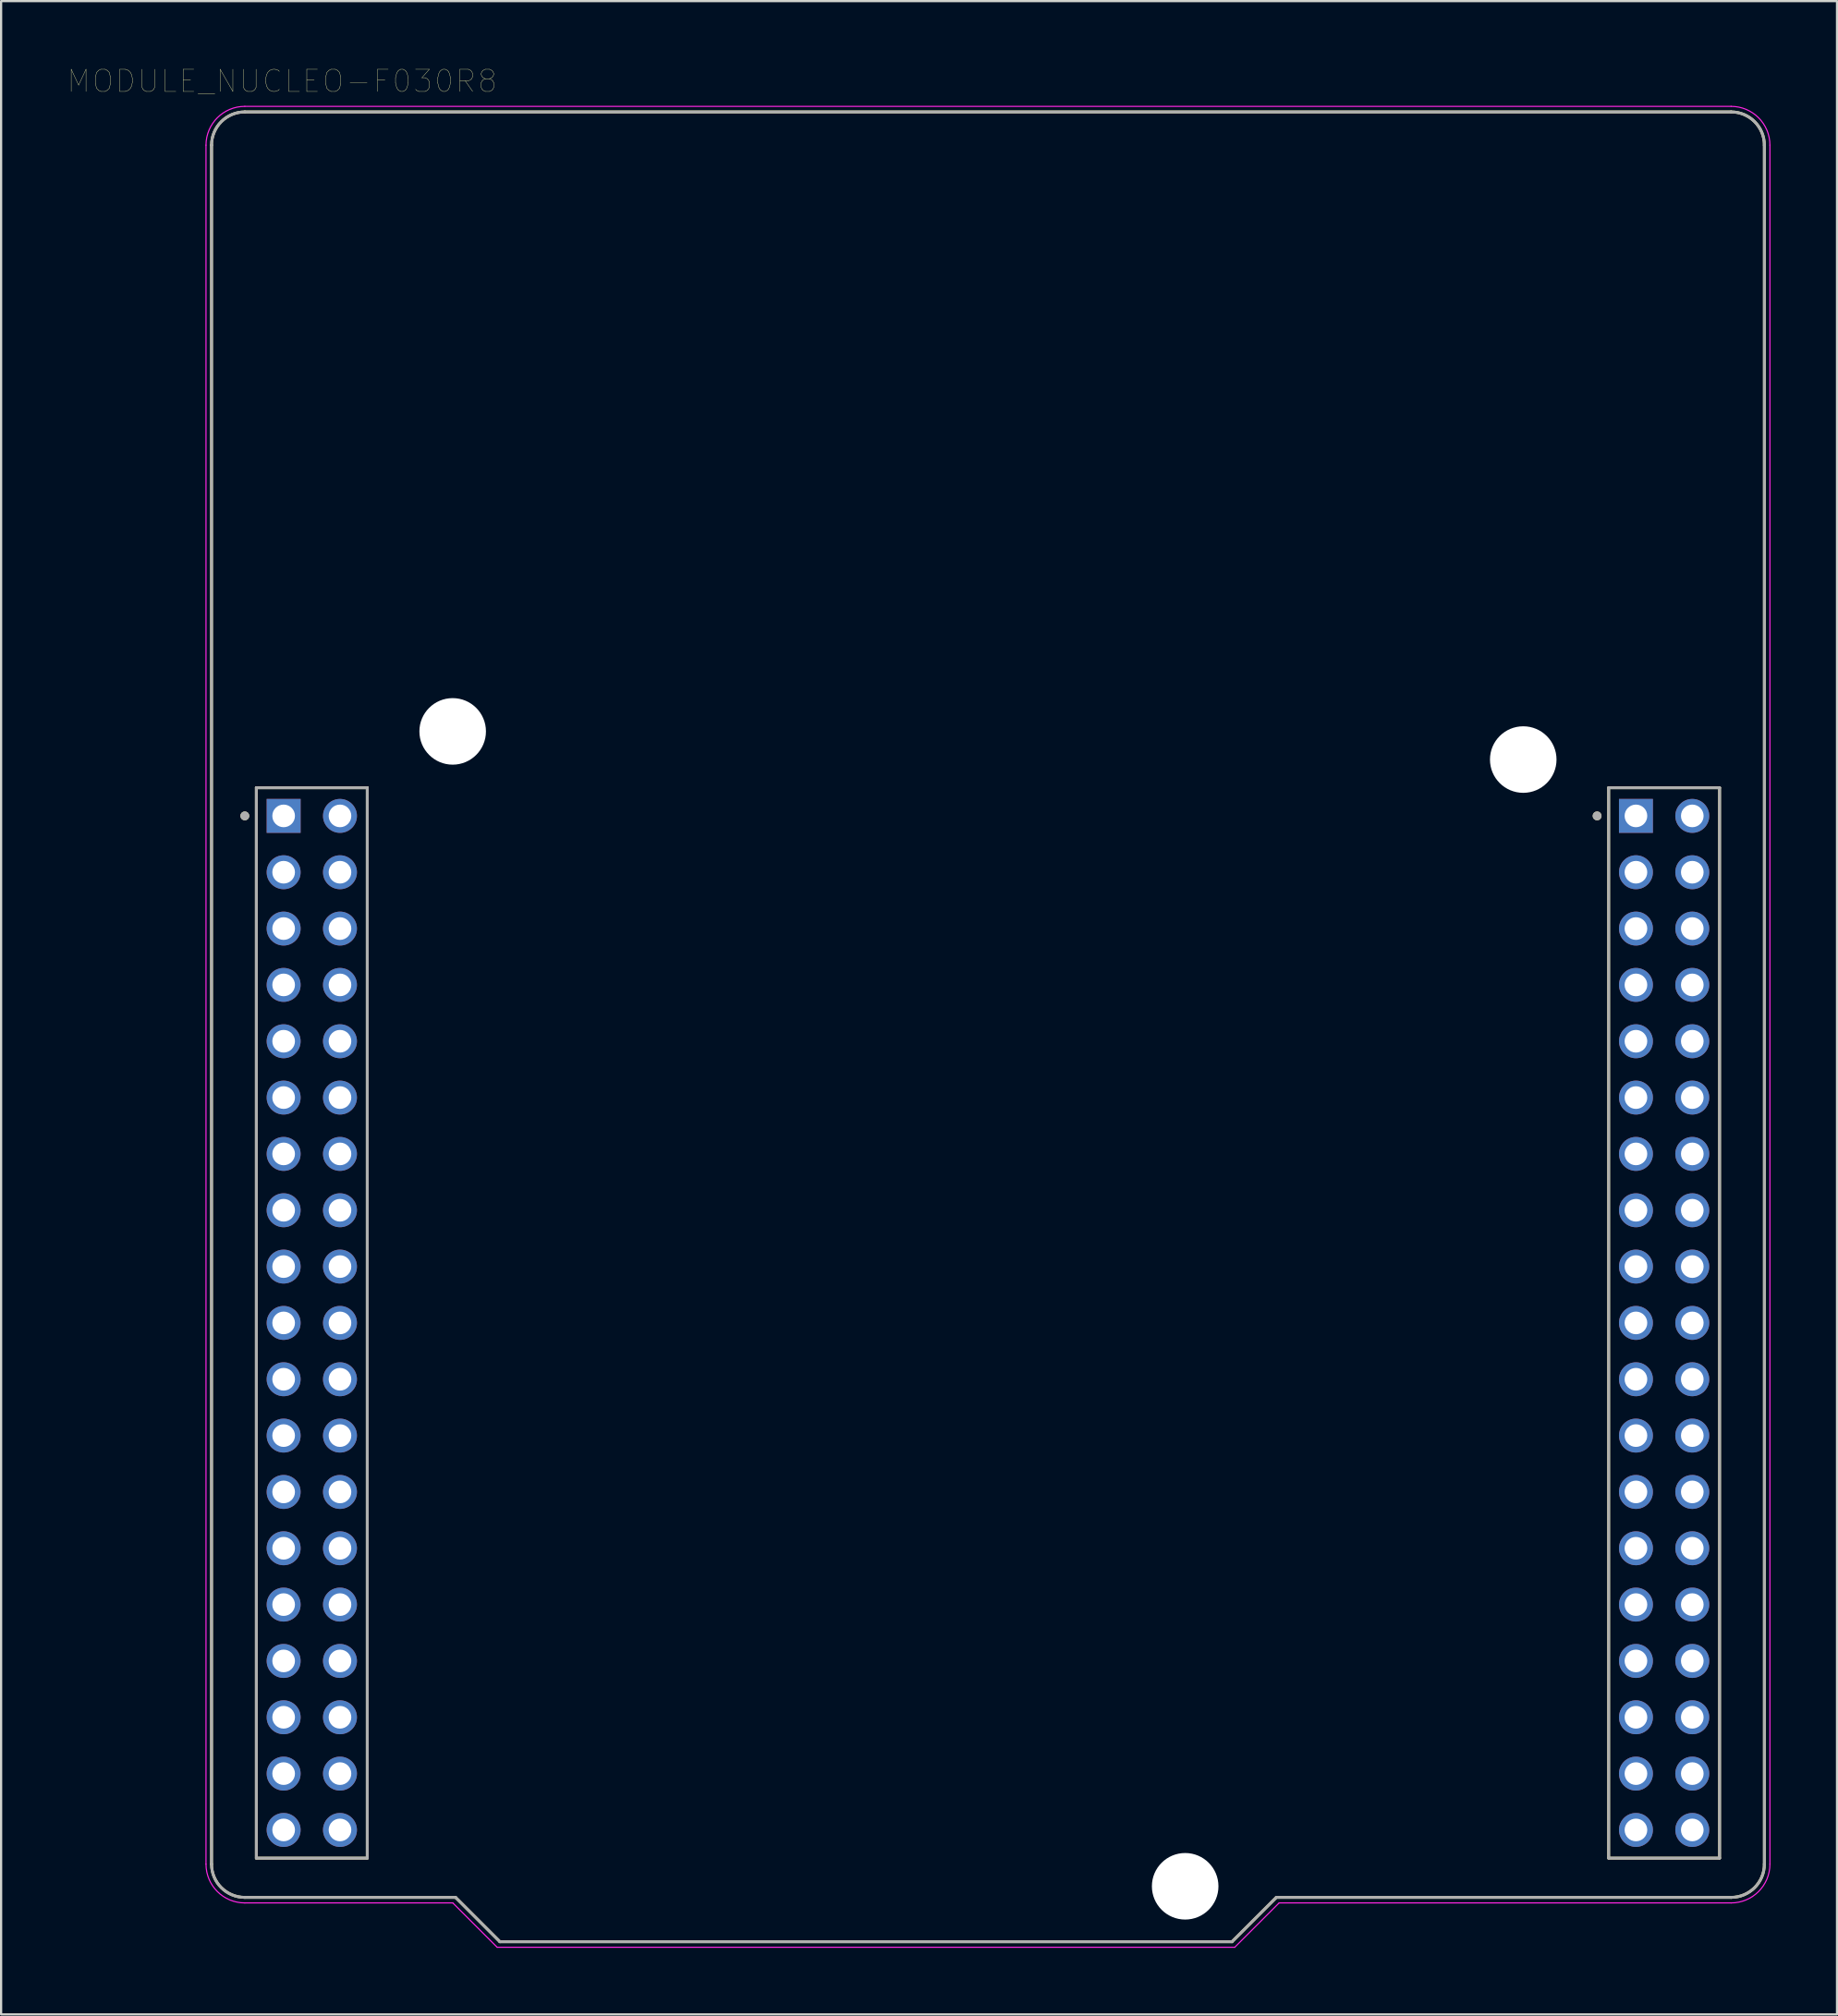
<source format=kicad_pcb>
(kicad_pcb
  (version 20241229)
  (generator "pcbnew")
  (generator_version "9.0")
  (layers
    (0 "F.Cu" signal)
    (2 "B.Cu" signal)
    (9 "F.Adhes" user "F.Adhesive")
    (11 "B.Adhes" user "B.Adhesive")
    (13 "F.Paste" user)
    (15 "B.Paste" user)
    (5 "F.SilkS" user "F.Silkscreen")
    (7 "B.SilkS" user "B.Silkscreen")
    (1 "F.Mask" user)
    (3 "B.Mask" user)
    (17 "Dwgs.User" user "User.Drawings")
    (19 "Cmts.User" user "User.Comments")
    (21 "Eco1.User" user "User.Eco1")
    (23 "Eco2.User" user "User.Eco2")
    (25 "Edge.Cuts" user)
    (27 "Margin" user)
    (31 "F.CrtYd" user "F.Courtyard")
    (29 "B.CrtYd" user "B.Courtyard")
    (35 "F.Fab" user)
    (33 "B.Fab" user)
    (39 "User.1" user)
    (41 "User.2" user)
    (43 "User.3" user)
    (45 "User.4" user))
  (footprint "MODULE_NUCLEO-F030R8"
    (layer "F.Cu")
    (at 41.486 43.246)
    (property "Reference" "MODULE_NUCLEO-F030R8" (at -31.825 -42.635 0) (layer "F.SilkS") (effects (font (size 1 1) (thickness 0.015))))
    (attr through_hole)
    (fp_line (start -35 37.75) (end -35 -39.75) (stroke (width 0.127) (type solid)) (layer "F.SilkS"))
    (fp_line (start -33.5 -41.25) (end 33.5 -41.25) (stroke (width 0.127) (type solid)) (layer "F.SilkS"))
    (fp_line (start -32.98 -10.78) (end -32.98 37.48) (stroke (width 0.127) (type solid)) (layer "F.SilkS"))
    (fp_line (start -32.98 37.48) (end -27.98 37.48) (stroke (width 0.127) (type solid)) (layer "F.SilkS"))
    (fp_line (start -27.98 -10.78) (end -32.98 -10.78) (stroke (width 0.127) (type solid)) (layer "F.SilkS"))
    (fp_line (start -27.98 37.48) (end -27.98 -10.78) (stroke (width 0.127) (type solid)) (layer "F.SilkS"))
    (fp_line (start -24 39.25) (end -33.5 39.25) (stroke (width 0.127) (type solid)) (layer "F.SilkS"))
    (fp_line (start -22 41.25) (end -24 39.25) (stroke (width 0.127) (type solid)) (layer "F.SilkS"))
    (fp_line (start 11 41.25) (end -22 41.25) (stroke (width 0.127) (type solid)) (layer "F.SilkS"))
    (fp_line (start 13 39.25) (end 11 41.25) (stroke (width 0.127) (type solid)) (layer "F.SilkS"))
    (fp_line (start 27.98 -10.78) (end 27.98 37.48) (stroke (width 0.127) (type solid)) (layer "F.SilkS"))
    (fp_line (start 27.98 37.48) (end 32.98 37.48) (stroke (width 0.127) (type solid)) (layer "F.SilkS"))
    (fp_line (start 32.98 -10.78) (end 27.98 -10.78) (stroke (width 0.127) (type solid)) (layer "F.SilkS"))
    (fp_line (start 32.98 37.48) (end 32.98 -10.78) (stroke (width 0.127) (type solid)) (layer "F.SilkS"))
    (fp_line (start 33.5 39.25) (end 13 39.25) (stroke (width 0.127) (type solid)) (layer "F.SilkS"))
    (fp_line (start 35 -39.75) (end 35 37.75) (stroke (width 0.127) (type solid)) (layer "F.SilkS"))
    (fp_arc (start -35 -39.75) (mid -34.56066 -40.81066) (end -33.5 -41.25) (stroke (width 0.127) (type solid)) (layer "F.SilkS"))
    (fp_arc (start -33.5 39.25) (mid -34.56066 38.81066) (end -35 37.75) (stroke (width 0.127) (type solid)) (layer "F.SilkS"))
    (fp_arc (start 33.5 -41.25) (mid 34.56066 -40.81066) (end 35 -39.75) (stroke (width 0.127) (type solid)) (layer "F.SilkS"))
    (fp_arc (start 35 37.75) (mid 34.56066 38.81066) (end 33.5 39.25) (stroke (width 0.127) (type solid)) (layer "F.SilkS"))
    (fp_circle (center -33.5 -9.51) (end -33.4 -9.51) (stroke (width 0.2) (type solid)) (fill no) (layer "F.SilkS"))
    (fp_circle (center 27.46 -9.51) (end 27.56 -9.51) (stroke (width 0.2) (type solid)) (fill no) (layer "F.SilkS"))
    (fp_line (start -35.25 37.75) (end -35.25 -39.75) (stroke (width 0.05) (type solid)) (layer "F.CrtYd"))
    (fp_line (start -33.5 -41.5) (end 33.5 -41.5) (stroke (width 0.05) (type solid)) (layer "F.CrtYd"))
    (fp_line (start -24.125 39.5) (end -33.5 39.5) (stroke (width 0.05) (type solid)) (layer "F.CrtYd"))
    (fp_line (start -22.125 41.5) (end -24.125 39.5) (stroke (width 0.05) (type solid)) (layer "F.CrtYd"))
    (fp_line (start 11.125 41.5) (end -22.125 41.5) (stroke (width 0.05) (type solid)) (layer "F.CrtYd"))
    (fp_line (start 13.125 39.5) (end 11.125 41.5) (stroke (width 0.05) (type solid)) (layer "F.CrtYd"))
    (fp_line (start 33.5 39.5) (end 13.125 39.5) (stroke (width 0.05) (type solid)) (layer "F.CrtYd"))
    (fp_line (start 35.25 -39.75) (end 35.25 37.75) (stroke (width 0.05) (type solid)) (layer "F.CrtYd"))
    (fp_arc (start -35.25 -39.75) (mid -34.737437 -40.987437) (end -33.5 -41.5) (stroke (width 0.05) (type solid)) (layer "F.CrtYd"))
    (fp_arc (start -33.5 39.5) (mid -34.737437 38.987437) (end -35.25 37.75) (stroke (width 0.05) (type solid)) (layer "F.CrtYd"))
    (fp_arc (start 33.5 -41.5) (mid 34.737437 -40.987437) (end 35.25 -39.75) (stroke (width 0.05) (type solid)) (layer "F.CrtYd"))
    (fp_arc (start 35.25 37.75) (mid 34.737437 38.987437) (end 33.5 39.5) (stroke (width 0.05) (type solid)) (layer "F.CrtYd"))
    (fp_line (start -35 37.75) (end -35 -39.75) (stroke (width 0.127) (type solid)) (layer "F.Fab"))
    (fp_line (start -33.5 -41.25) (end 33.5 -41.25) (stroke (width 0.127) (type solid)) (layer "F.Fab"))
    (fp_line (start -32.98 -10.78) (end -32.98 37.48) (stroke (width 0.127) (type solid)) (layer "F.Fab"))
    (fp_line (start -32.98 37.48) (end -27.98 37.48) (stroke (width 0.127) (type solid)) (layer "F.Fab"))
    (fp_line (start -27.98 -10.78) (end -32.98 -10.78) (stroke (width 0.127) (type solid)) (layer "F.Fab"))
    (fp_line (start -27.98 37.48) (end -27.98 -10.78) (stroke (width 0.127) (type solid)) (layer "F.Fab"))
    (fp_line (start -24 39.25) (end -33.5 39.25) (stroke (width 0.127) (type solid)) (layer "F.Fab"))
    (fp_line (start -22 41.25) (end -24 39.25) (stroke (width 0.127) (type solid)) (layer "F.Fab"))
    (fp_line (start 11 41.25) (end -22 41.25) (stroke (width 0.127) (type solid)) (layer "F.Fab"))
    (fp_line (start 13 39.25) (end 11 41.25) (stroke (width 0.127) (type solid)) (layer "F.Fab"))
    (fp_line (start 27.98 -10.78) (end 27.98 37.48) (stroke (width 0.127) (type solid)) (layer "F.Fab"))
    (fp_line (start 27.98 37.48) (end 32.98 37.48) (stroke (width 0.127) (type solid)) (layer "F.Fab"))
    (fp_line (start 32.98 -10.78) (end 27.98 -10.78) (stroke (width 0.127) (type solid)) (layer "F.Fab"))
    (fp_line (start 32.98 37.48) (end 32.98 -10.78) (stroke (width 0.127) (type solid)) (layer "F.Fab"))
    (fp_line (start 33.5 39.25) (end 13 39.25) (stroke (width 0.127) (type solid)) (layer "F.Fab"))
    (fp_line (start 35 -39.75) (end 35 37.75) (stroke (width 0.127) (type solid)) (layer "F.Fab"))
    (fp_arc (start -35 -39.75) (mid -34.56066 -40.81066) (end -33.5 -41.25) (stroke (width 0.127) (type solid)) (layer "F.Fab"))
    (fp_arc (start -33.5 39.25) (mid -34.56066 38.81066) (end -35 37.75) (stroke (width 0.127) (type solid)) (layer "F.Fab"))
    (fp_arc (start 33.5 -41.25) (mid 34.56066 -40.81066) (end 35 -39.75) (stroke (width 0.127) (type solid)) (layer "F.Fab"))
    (fp_arc (start 35 37.75) (mid 34.56066 38.81066) (end 33.5 39.25) (stroke (width 0.127) (type solid)) (layer "F.Fab"))
    (fp_circle (center -33.5 -9.51) (end -33.4 -9.51) (stroke (width 0.2) (type solid)) (fill no) (layer "F.Fab"))
    (fp_circle (center 27.46 -9.51) (end 27.56 -9.51) (stroke (width 0.2) (type solid)) (fill no) (layer "F.Fab"))
    (pad "" np_thru_hole circle (at -24.13 -13.32) (size 3 3) (drill 3) (layers "*.Cu" "*.Mask"))
    (pad "" np_thru_hole circle (at 8.89 38.75) (size 3 3) (drill 3) (layers "*.Cu" "*.Mask"))
    (pad "" np_thru_hole circle (at 24.13 -12.05) (size 3 3) (drill 3) (layers "*.Cu" "*.Mask"))
    (pad "CN7_1" thru_hole rect (at -31.75 -9.51) (size 1.53 1.53) (drill 1.02) (layers "*.Cu" "*.Mask"))
    (pad "CN7_2" thru_hole circle (at -29.21 -9.51) (size 1.53 1.53) (drill 1.02) (layers "*.Cu" "*.Mask"))
    (pad "CN7_3" thru_hole circle (at -31.75 -6.97) (size 1.53 1.53) (drill 1.02) (layers "*.Cu" "*.Mask"))
    (pad "CN7_4" thru_hole circle (at -29.21 -6.97) (size 1.53 1.53) (drill 1.02) (layers "*.Cu" "*.Mask"))
    (pad "CN7_5" thru_hole circle (at -31.75 -4.43) (size 1.53 1.53) (drill 1.02) (layers "*.Cu" "*.Mask"))
    (pad "CN7_6" thru_hole circle (at -29.21 -4.43) (size 1.53 1.53) (drill 1.02) (layers "*.Cu" "*.Mask"))
    (pad "CN7_7" thru_hole circle (at -31.75 -1.89) (size 1.53 1.53) (drill 1.02) (layers "*.Cu" "*.Mask"))
    (pad "CN7_8" thru_hole circle (at -29.21 -1.89) (size 1.53 1.53) (drill 1.02) (layers "*.Cu" "*.Mask"))
    (pad "CN7_9" thru_hole circle (at -31.75 0.65) (size 1.53 1.53) (drill 1.02) (layers "*.Cu" "*.Mask"))
    (pad "CN7_10" thru_hole circle (at -29.21 0.65) (size 1.53 1.53) (drill 1.02) (layers "*.Cu" "*.Mask"))
    (pad "CN7_11" thru_hole circle (at -31.75 3.19) (size 1.53 1.53) (drill 1.02) (layers "*.Cu" "*.Mask"))
    (pad "CN7_12" thru_hole circle (at -29.21 3.19) (size 1.53 1.53) (drill 1.02) (layers "*.Cu" "*.Mask"))
    (pad "CN7_13" thru_hole circle (at -31.75 5.73) (size 1.53 1.53) (drill 1.02) (layers "*.Cu" "*.Mask"))
    (pad "CN7_14" thru_hole circle (at -29.21 5.73) (size 1.53 1.53) (drill 1.02) (layers "*.Cu" "*.Mask"))
    (pad "CN7_15" thru_hole circle (at -31.75 8.27) (size 1.53 1.53) (drill 1.02) (layers "*.Cu" "*.Mask"))
    (pad "CN7_16" thru_hole circle (at -29.21 8.27) (size 1.53 1.53) (drill 1.02) (layers "*.Cu" "*.Mask"))
    (pad "CN7_17" thru_hole circle (at -31.75 10.81) (size 1.53 1.53) (drill 1.02) (layers "*.Cu" "*.Mask"))
    (pad "CN7_18" thru_hole circle (at -29.21 10.81) (size 1.53 1.53) (drill 1.02) (layers "*.Cu" "*.Mask"))
    (pad "CN7_19" thru_hole circle (at -31.75 13.35) (size 1.53 1.53) (drill 1.02) (layers "*.Cu" "*.Mask"))
    (pad "CN7_20" thru_hole circle (at -29.21 13.35) (size 1.53 1.53) (drill 1.02) (layers "*.Cu" "*.Mask"))
    (pad "CN7_21" thru_hole circle (at -31.75 15.89) (size 1.53 1.53) (drill 1.02) (layers "*.Cu" "*.Mask"))
    (pad "CN7_22" thru_hole circle (at -29.21 15.89) (size 1.53 1.53) (drill 1.02) (layers "*.Cu" "*.Mask"))
    (pad "CN7_23" thru_hole circle (at -31.75 18.43) (size 1.53 1.53) (drill 1.02) (layers "*.Cu" "*.Mask"))
    (pad "CN7_24" thru_hole circle (at -29.21 18.43) (size 1.53 1.53) (drill 1.02) (layers "*.Cu" "*.Mask"))
    (pad "CN7_25" thru_hole circle (at -31.75 20.97) (size 1.53 1.53) (drill 1.02) (layers "*.Cu" "*.Mask"))
    (pad "CN7_26" thru_hole circle (at -29.21 20.97) (size 1.53 1.53) (drill 1.02) (layers "*.Cu" "*.Mask"))
    (pad "CN7_27" thru_hole circle (at -31.75 23.51) (size 1.53 1.53) (drill 1.02) (layers "*.Cu" "*.Mask"))
    (pad "CN7_28" thru_hole circle (at -29.21 23.51) (size 1.53 1.53) (drill 1.02) (layers "*.Cu" "*.Mask"))
    (pad "CN7_29" thru_hole circle (at -31.75 26.05) (size 1.53 1.53) (drill 1.02) (layers "*.Cu" "*.Mask"))
    (pad "CN7_30" thru_hole circle (at -29.21 26.05) (size 1.53 1.53) (drill 1.02) (layers "*.Cu" "*.Mask"))
    (pad "CN7_31" thru_hole circle (at -31.75 28.59) (size 1.53 1.53) (drill 1.02) (layers "*.Cu" "*.Mask"))
    (pad "CN7_32" thru_hole circle (at -29.21 28.59) (size 1.53 1.53) (drill 1.02) (layers "*.Cu" "*.Mask"))
    (pad "CN7_33" thru_hole circle (at -31.75 31.13) (size 1.53 1.53) (drill 1.02) (layers "*.Cu" "*.Mask"))
    (pad "CN7_34" thru_hole circle (at -29.21 31.13) (size 1.53 1.53) (drill 1.02) (layers "*.Cu" "*.Mask"))
    (pad "CN7_35" thru_hole circle (at -31.75 33.67) (size 1.53 1.53) (drill 1.02) (layers "*.Cu" "*.Mask"))
    (pad "CN7_36" thru_hole circle (at -29.21 33.67) (size 1.53 1.53) (drill 1.02) (layers "*.Cu" "*.Mask"))
    (pad "CN7_37" thru_hole circle (at -31.75 36.21) (size 1.53 1.53) (drill 1.02) (layers "*.Cu" "*.Mask"))
    (pad "CN7_38" thru_hole circle (at -29.21 36.21) (size 1.53 1.53) (drill 1.02) (layers "*.Cu" "*.Mask"))
    (pad "CN10_1" thru_hole rect (at 29.21 -9.51) (size 1.53 1.53) (drill 1.02) (layers "*.Cu" "*.Mask"))
    (pad "CN10_2" thru_hole circle (at 31.75 -9.51) (size 1.53 1.53) (drill 1.02) (layers "*.Cu" "*.Mask"))
    (pad "CN10_3" thru_hole circle (at 29.21 -6.97) (size 1.53 1.53) (drill 1.02) (layers "*.Cu" "*.Mask"))
    (pad "CN10_4" thru_hole circle (at 31.75 -6.97) (size 1.53 1.53) (drill 1.02) (layers "*.Cu" "*.Mask"))
    (pad "CN10_5" thru_hole circle (at 29.21 -4.43) (size 1.53 1.53) (drill 1.02) (layers "*.Cu" "*.Mask"))
    (pad "CN10_6" thru_hole circle (at 31.75 -4.43) (size 1.53 1.53) (drill 1.02) (layers "*.Cu" "*.Mask"))
    (pad "CN10_7" thru_hole circle (at 29.21 -1.89) (size 1.53 1.53) (drill 1.02) (layers "*.Cu" "*.Mask"))
    (pad "CN10_8" thru_hole circle (at 31.75 -1.89) (size 1.53 1.53) (drill 1.02) (layers "*.Cu" "*.Mask"))
    (pad "CN10_9" thru_hole circle (at 29.21 0.65) (size 1.53 1.53) (drill 1.02) (layers "*.Cu" "*.Mask"))
    (pad "CN10_10" thru_hole circle (at 31.75 0.65) (size 1.53 1.53) (drill 1.02) (layers "*.Cu" "*.Mask"))
    (pad "CN10_11" thru_hole circle (at 29.21 3.19) (size 1.53 1.53) (drill 1.02) (layers "*.Cu" "*.Mask"))
    (pad "CN10_12" thru_hole circle (at 31.75 3.19) (size 1.53 1.53) (drill 1.02) (layers "*.Cu" "*.Mask"))
    (pad "CN10_13" thru_hole circle (at 29.21 5.73) (size 1.53 1.53) (drill 1.02) (layers "*.Cu" "*.Mask"))
    (pad "CN10_14" thru_hole circle (at 31.75 5.73) (size 1.53 1.53) (drill 1.02) (layers "*.Cu" "*.Mask"))
    (pad "CN10_15" thru_hole circle (at 29.21 8.27) (size 1.53 1.53) (drill 1.02) (layers "*.Cu" "*.Mask"))
    (pad "CN10_16" thru_hole circle (at 31.75 8.27) (size 1.53 1.53) (drill 1.02) (layers "*.Cu" "*.Mask"))
    (pad "CN10_17" thru_hole circle (at 29.21 10.81) (size 1.53 1.53) (drill 1.02) (layers "*.Cu" "*.Mask"))
    (pad "CN10_18" thru_hole circle (at 31.75 10.81) (size 1.53 1.53) (drill 1.02) (layers "*.Cu" "*.Mask"))
    (pad "CN10_19" thru_hole circle (at 29.21 13.35) (size 1.53 1.53) (drill 1.02) (layers "*.Cu" "*.Mask"))
    (pad "CN10_20" thru_hole circle (at 31.75 13.35) (size 1.53 1.53) (drill 1.02) (layers "*.Cu" "*.Mask"))
    (pad "CN10_21" thru_hole circle (at 29.21 15.89) (size 1.53 1.53) (drill 1.02) (layers "*.Cu" "*.Mask"))
    (pad "CN10_22" thru_hole circle (at 31.75 15.89) (size 1.53 1.53) (drill 1.02) (layers "*.Cu" "*.Mask"))
    (pad "CN10_23" thru_hole circle (at 29.21 18.43) (size 1.53 1.53) (drill 1.02) (layers "*.Cu" "*.Mask"))
    (pad "CN10_24" thru_hole circle (at 31.75 18.43) (size 1.53 1.53) (drill 1.02) (layers "*.Cu" "*.Mask"))
    (pad "CN10_25" thru_hole circle (at 29.21 20.97) (size 1.53 1.53) (drill 1.02) (layers "*.Cu" "*.Mask"))
    (pad "CN10_26" thru_hole circle (at 31.75 20.97) (size 1.53 1.53) (drill 1.02) (layers "*.Cu" "*.Mask"))
    (pad "CN10_27" thru_hole circle (at 29.21 23.51) (size 1.53 1.53) (drill 1.02) (layers "*.Cu" "*.Mask"))
    (pad "CN10_28" thru_hole circle (at 31.75 23.51) (size 1.53 1.53) (drill 1.02) (layers "*.Cu" "*.Mask"))
    (pad "CN10_29" thru_hole circle (at 29.21 26.05) (size 1.53 1.53) (drill 1.02) (layers "*.Cu" "*.Mask"))
    (pad "CN10_30" thru_hole circle (at 31.75 26.05) (size 1.53 1.53) (drill 1.02) (layers "*.Cu" "*.Mask"))
    (pad "CN10_31" thru_hole circle (at 29.21 28.59) (size 1.53 1.53) (drill 1.02) (layers "*.Cu" "*.Mask"))
    (pad "CN10_32" thru_hole circle (at 31.75 28.59) (size 1.53 1.53) (drill 1.02) (layers "*.Cu" "*.Mask"))
    (pad "CN10_33" thru_hole circle (at 29.21 31.13) (size 1.53 1.53) (drill 1.02) (layers "*.Cu" "*.Mask"))
    (pad "CN10_34" thru_hole circle (at 31.75 31.13) (size 1.53 1.53) (drill 1.02) (layers "*.Cu" "*.Mask"))
    (pad "CN10_35" thru_hole circle (at 29.21 33.67) (size 1.53 1.53) (drill 1.02) (layers "*.Cu" "*.Mask"))
    (pad "CN10_36" thru_hole circle (at 31.75 33.67) (size 1.53 1.53) (drill 1.02) (layers "*.Cu" "*.Mask"))
    (pad "CN10_37" thru_hole circle (at 29.21 36.21) (size 1.53 1.53) (drill 1.02) (layers "*.Cu" "*.Mask"))
    (pad "CN10_38" thru_hole circle (at 31.75 36.21) (size 1.53 1.53) (drill 1.02) (layers "*.Cu" "*.Mask")))
  (gr_rect
    (start -3 -3)
    (end 79.761 87.771)
    (stroke (width 0.1) (type default))
    (fill no)
    (layer "Edge.Cuts")))
</source>
